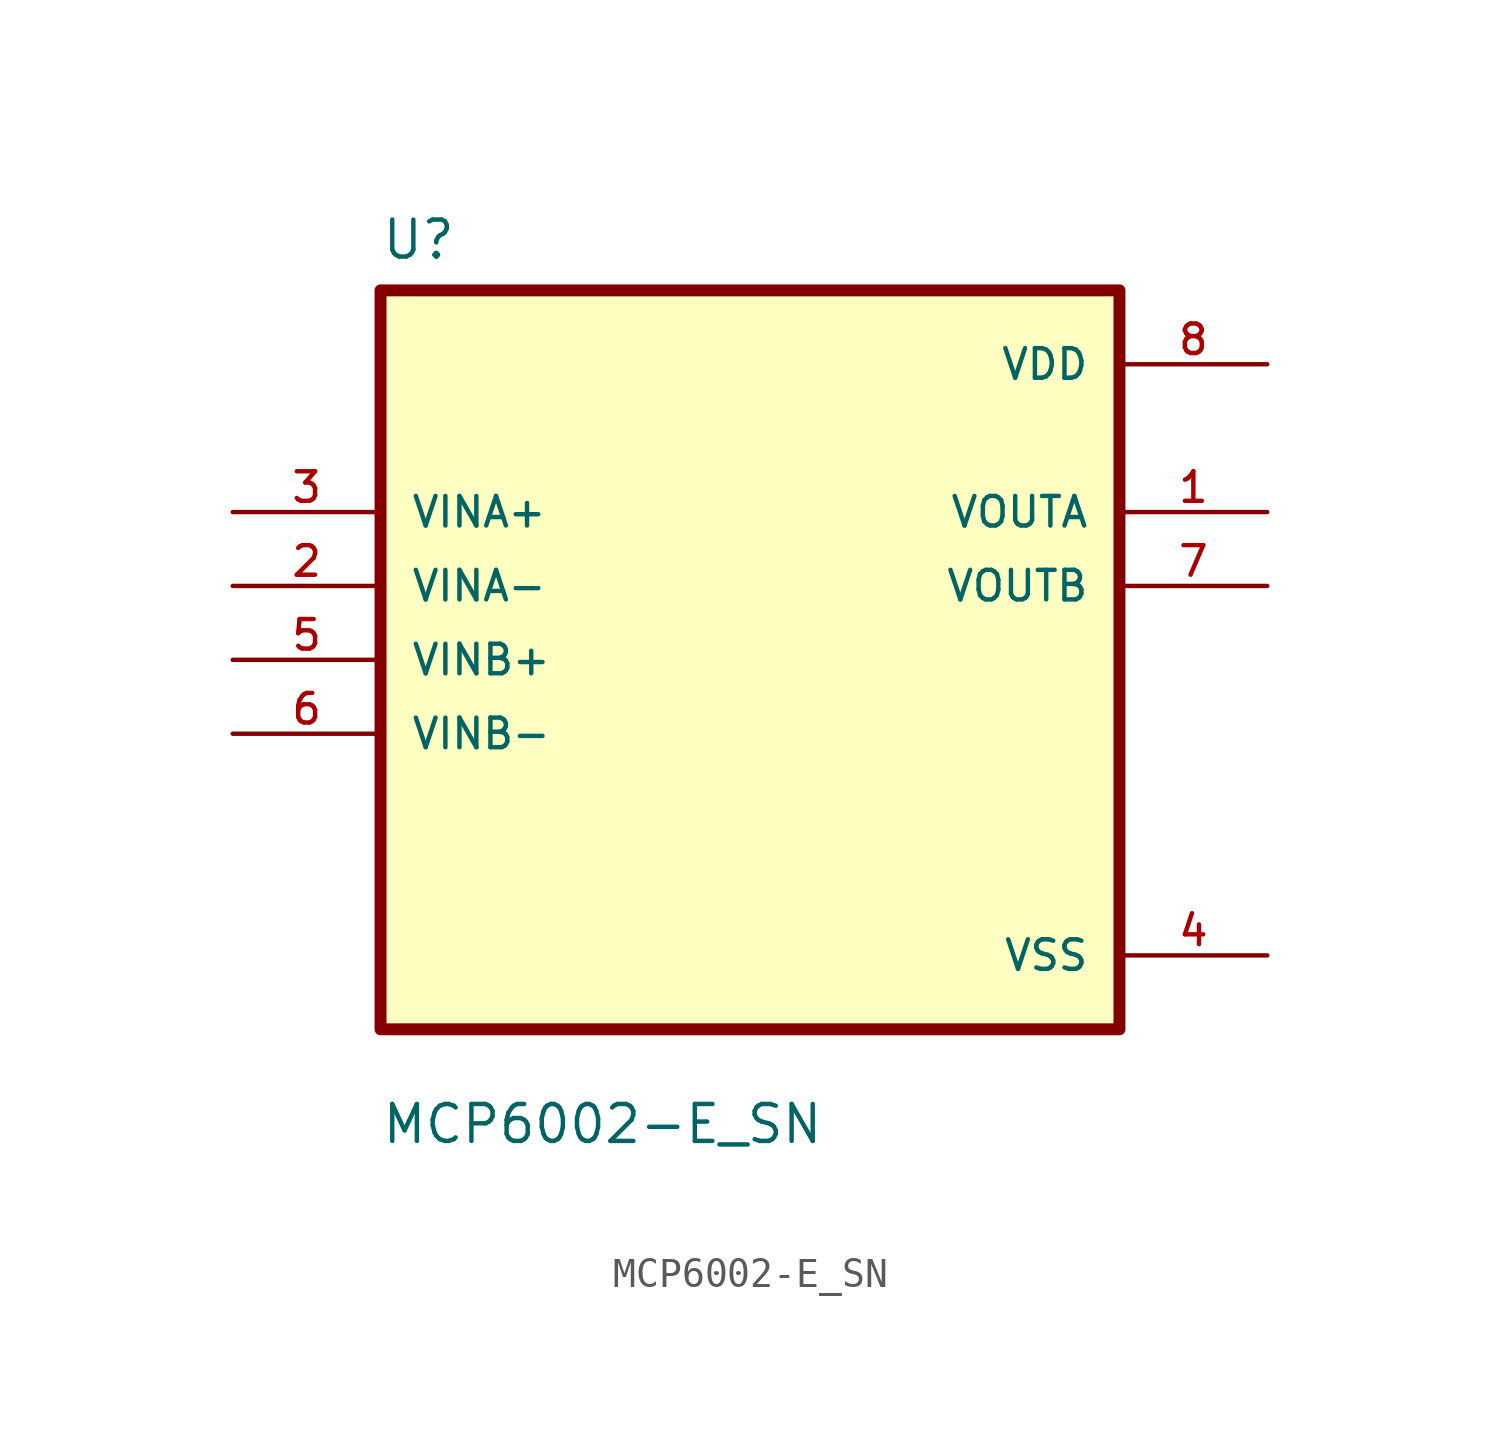
<source format=kicad_sym>
(kicad_symbol_lib
  (version 20220914)
  (generator kicad_symbol_editor)
  (symbol "MCP6002-E_SN"
    (pin_names
      (offset 1.016))
    (property "Reference" "U"
      (at -12.7 13.7 0)
      (effects (font (size 1.27 1.27)) (justify left bottom)))
    (property "Value" "MCP6002-E_SN"
      (at -12.7 -16.7 0)
      (effects (font (size 1.27 1.27)) (justify left bottom)))
    (symbol "MCP6002-E_SN_0_0"
      (rectangle (start -12.7 -12.7) (end 12.7 12.7) (stroke (width 0.41) (type default)) (fill (type background)))
      (pin output line (at 17.78 5.08 180) (length 5.08) (name "VOUTA" (effects (font (size 1.016 1.016)))) (number "1" (effects (font (size 1.016 1.016)))))
      (pin input line (at -17.78 2.54 0) (length 5.08) (name "VINA-" (effects (font (size 1.016 1.016)))) (number "2" (effects (font (size 1.016 1.016)))))
      (pin input line (at -17.78 5.08 0) (length 5.08) (name "VINA+" (effects (font (size 1.016 1.016)))) (number "3" (effects (font (size 1.016 1.016)))))
      (pin power_in line (at 17.78 -10.16 180) (length 5.08) (name "VSS" (effects (font (size 1.016 1.016)))) (number "4" (effects (font (size 1.016 1.016)))))
      (pin input line (at -17.78 0 0) (length 5.08) (name "VINB+" (effects (font (size 1.016 1.016)))) (number "5" (effects (font (size 1.016 1.016)))))
      (pin input line (at -17.78 -2.54 0) (length 5.08) (name "VINB-" (effects (font (size 1.016 1.016)))) (number "6" (effects (font (size 1.016 1.016)))))
      (pin output line (at 17.78 2.54 180) (length 5.08) (name "VOUTB" (effects (font (size 1.016 1.016)))) (number "7" (effects (font (size 1.016 1.016)))))
      (pin power_in line (at 17.78 10.16 180) (length 5.08) (name "VDD" (effects (font (size 1.016 1.016)))) (number "8" (effects (font (size 1.016 1.016))))))))
</source>
